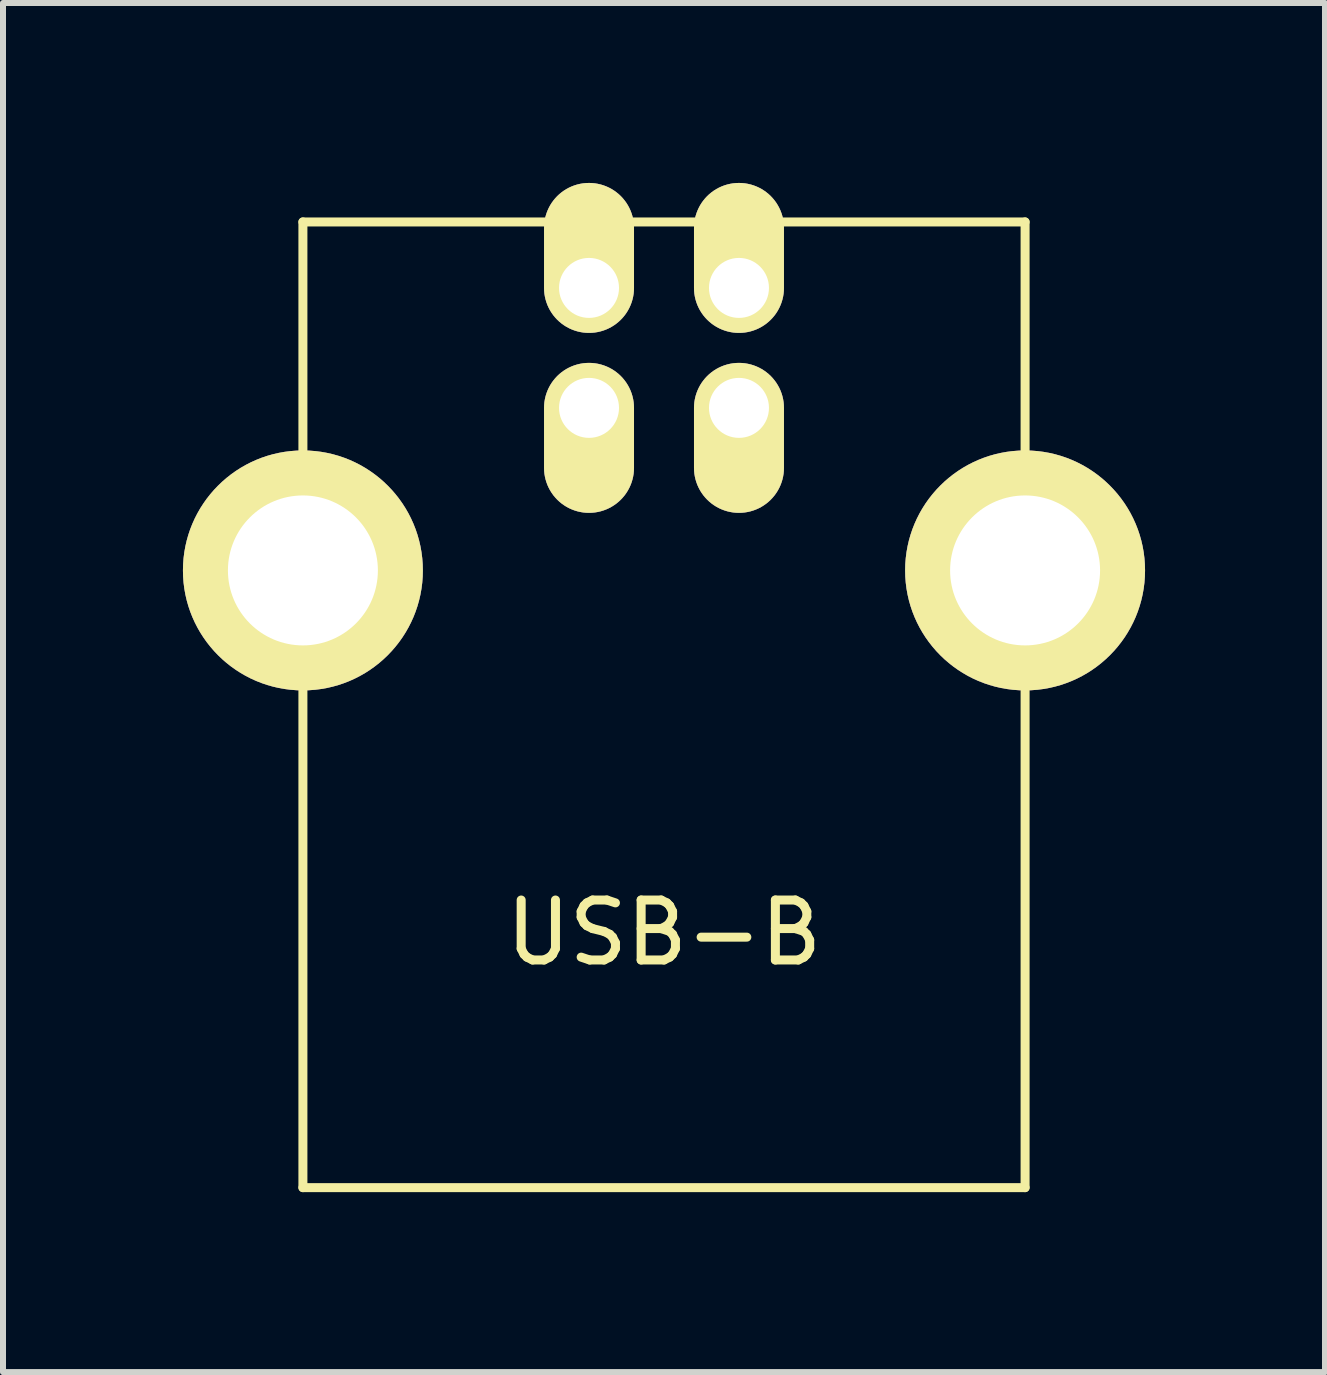
<source format=kicad_pcb>
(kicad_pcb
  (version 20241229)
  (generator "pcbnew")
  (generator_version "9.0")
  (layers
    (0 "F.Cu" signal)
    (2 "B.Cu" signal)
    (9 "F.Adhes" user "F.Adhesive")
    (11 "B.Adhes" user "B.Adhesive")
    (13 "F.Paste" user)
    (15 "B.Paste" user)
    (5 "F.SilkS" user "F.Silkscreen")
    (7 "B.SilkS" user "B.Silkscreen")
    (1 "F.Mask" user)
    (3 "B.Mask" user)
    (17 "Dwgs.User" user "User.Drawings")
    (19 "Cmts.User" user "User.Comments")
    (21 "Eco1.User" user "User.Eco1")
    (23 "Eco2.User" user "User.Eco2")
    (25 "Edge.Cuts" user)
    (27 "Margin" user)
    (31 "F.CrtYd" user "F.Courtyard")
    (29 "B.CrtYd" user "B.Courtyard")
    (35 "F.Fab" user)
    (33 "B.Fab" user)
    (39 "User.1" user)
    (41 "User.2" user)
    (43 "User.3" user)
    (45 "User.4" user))
  (footprint "USB-B"
    (layer "F.Cu")
    (at 8.02 2.75)
    (property "Reference" "USB-B" (at 0 9.75 0) (layer "F.SilkS") (effects (font (size 1 1) (thickness 0.15))))
    (attr through_hole)
    (fp_line (start -6.02 -2.1) (end 6.02 -2.1) (stroke (width 0.15) (type solid)) (layer "F.SilkS"))
    (fp_line (start -6.02 14) (end -6.02 -2.1) (stroke (width 0.15) (type solid)) (layer "F.SilkS"))
    (fp_line (start 6.02 -2.1) (end 6.02 14) (stroke (width 0.15) (type solid)) (layer "F.SilkS"))
    (fp_line (start 6.02 14) (end -6.02 14) (stroke (width 0.15) (type solid)) (layer "F.SilkS"))
    (pad "" thru_hole circle (at -6.02 3.71) (size 4 4) (drill 2.5) (layers "*.Cu" "*.Mask" "F.SilkS"))
    (pad "" thru_hole circle (at 6.02 3.71) (size 4 4) (drill 2.5) (layers "*.Cu" "*.Mask" "F.SilkS"))
    (pad "1" thru_hole oval (at 1.25 -1) (size 1.5 2.5) (drill 1 (offset 0 -0.5)) (layers "*.Cu" "*.Mask" "F.SilkS"))
    (pad "2" thru_hole oval (at -1.25 -1) (size 1.5 2.5) (drill 1 (offset 0 -0.5)) (layers "*.Cu" "*.Mask" "F.SilkS"))
    (pad "3" thru_hole oval (at -1.25 1) (size 1.5 2.5) (drill 1 (offset 0 0.5)) (layers "*.Cu" "*.Mask" "F.SilkS"))
    (pad "4" thru_hole oval (at 1.25 1) (size 1.5 2.5) (drill 1 (offset 0 0.5)) (layers "*.Cu" "*.Mask" "F.SilkS")))
  (gr_rect
    (start -3 -3)
    (end 19.04 19.825)
    (stroke (width 0.1) (type default))
    (fill no)
    (layer "Edge.Cuts")))
</source>
